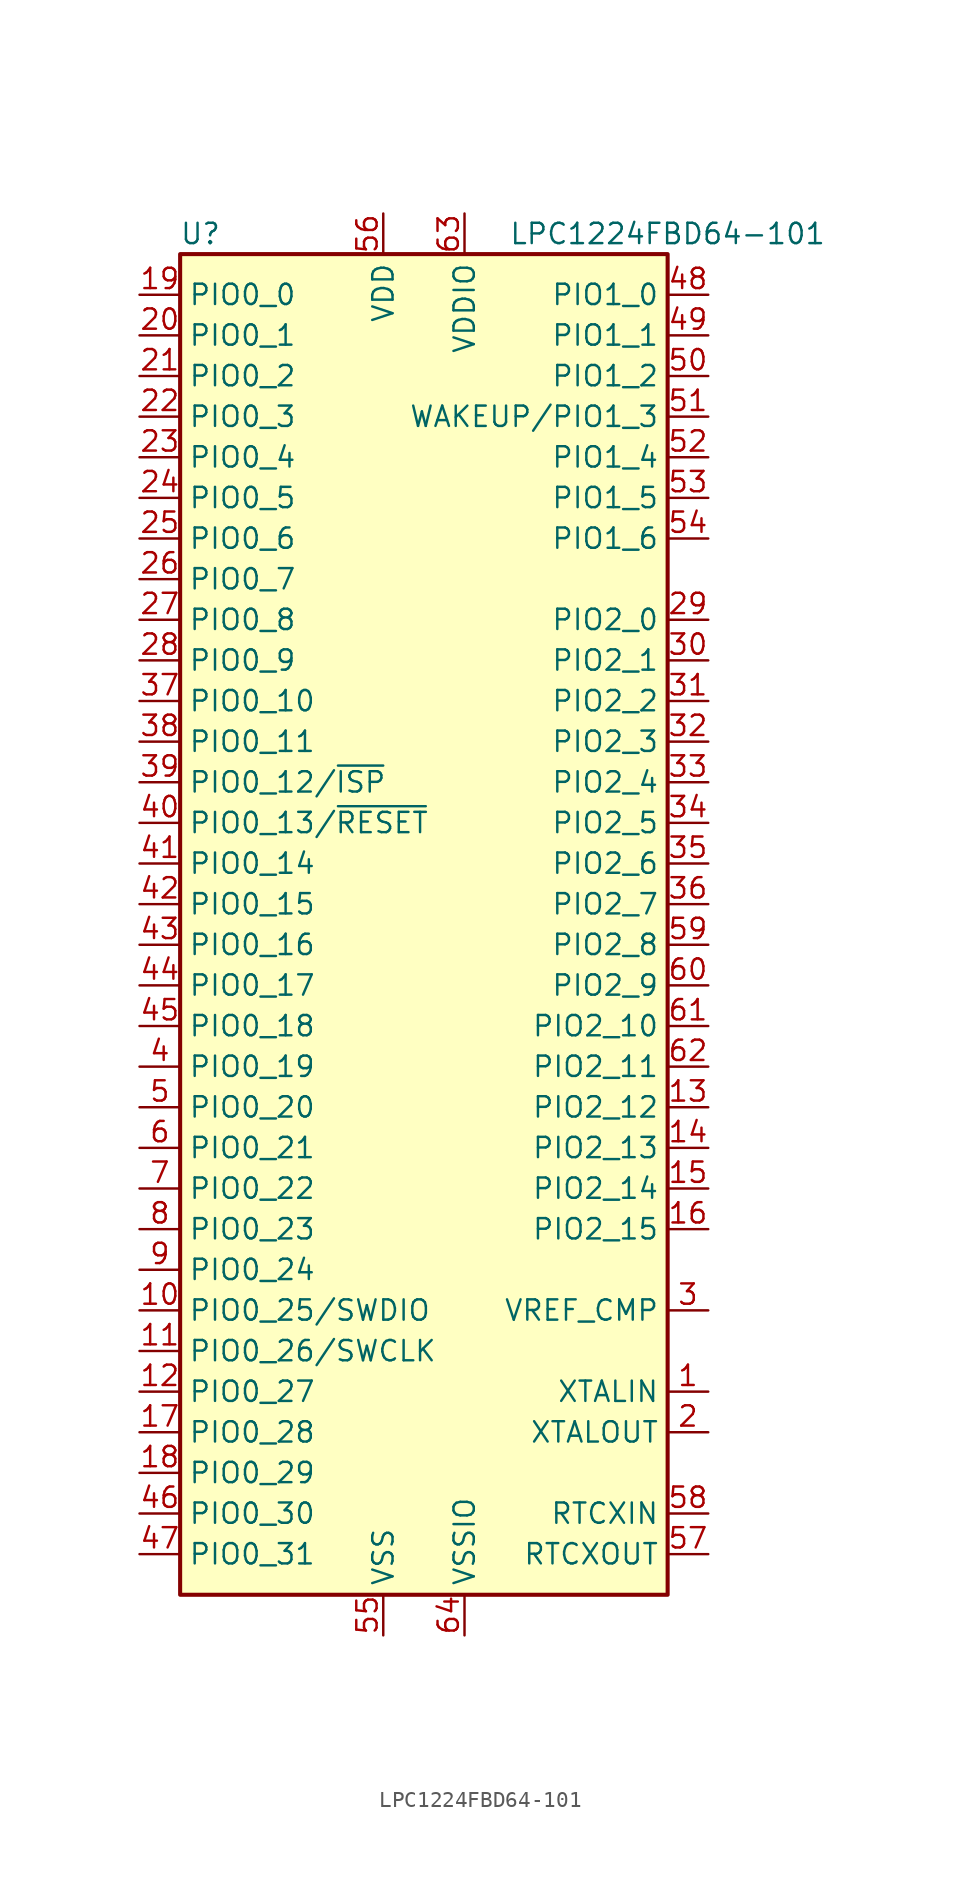
<source format=kicad_sym>
(kicad_symbol_lib
  (version 20211014)
  (generator kicad_symbol_editor)
  (symbol "LPC1224FBD64-101"
    (property "Reference" "U"
      (at -13.97 44.45 0)
      (effects (font (size 1.27 1.27))))
    (property "Value" "LPC1224FBD64-101"
      (at 15.24 44.45 0)
      (effects (font (size 1.27 1.27))))
    (symbol "LPC1224FBD64-101_0_1"
      (rectangle (start -15.24 43.18) (end 15.24 -40.64) (stroke (width 0.254) (type default) (color 0 0 0 0)) (fill (type background))))
    (symbol "LPC1224FBD64-101_1_1"
      (pin input line (at 17.78 -27.94 180) (length 2.54) (name "XTALIN" (effects (font (size 1.27 1.27)))) (number "1" (effects (font (size 1.27 1.27)))))
      (pin bidirectional line (at -17.78 -22.86 0) (length 2.54) (name "PIO0_25/SWDIO" (effects (font (size 1.27 1.27)))) (number "10" (effects (font (size 1.27 1.27)))))
      (pin bidirectional line (at -17.78 -25.4 0) (length 2.54) (name "PIO0_26/SWCLK" (effects (font (size 1.27 1.27)))) (number "11" (effects (font (size 1.27 1.27)))))
      (pin bidirectional line (at -17.78 -27.94 0) (length 2.54) (name "PIO0_27" (effects (font (size 1.27 1.27)))) (number "12" (effects (font (size 1.27 1.27)))))
      (pin bidirectional line (at 17.78 -10.16 180) (length 2.54) (name "PIO2_12" (effects (font (size 1.27 1.27)))) (number "13" (effects (font (size 1.27 1.27)))))
      (pin bidirectional line (at 17.78 -12.7 180) (length 2.54) (name "PIO2_13" (effects (font (size 1.27 1.27)))) (number "14" (effects (font (size 1.27 1.27)))))
      (pin bidirectional line (at 17.78 -15.24 180) (length 2.54) (name "PIO2_14" (effects (font (size 1.27 1.27)))) (number "15" (effects (font (size 1.27 1.27)))))
      (pin bidirectional line (at 17.78 -17.78 180) (length 2.54) (name "PIO2_15" (effects (font (size 1.27 1.27)))) (number "16" (effects (font (size 1.27 1.27)))))
      (pin bidirectional line (at -17.78 -30.48 0) (length 2.54) (name "PIO0_28" (effects (font (size 1.27 1.27)))) (number "17" (effects (font (size 1.27 1.27)))))
      (pin bidirectional line (at -17.78 -33.02 0) (length 2.54) (name "PIO0_29" (effects (font (size 1.27 1.27)))) (number "18" (effects (font (size 1.27 1.27)))))
      (pin bidirectional line (at -17.78 40.64 0) (length 2.54) (name "PIO0_0" (effects (font (size 1.27 1.27)))) (number "19" (effects (font (size 1.27 1.27)))))
      (pin output line (at 17.78 -30.48 180) (length 2.54) (name "XTALOUT" (effects (font (size 1.27 1.27)))) (number "2" (effects (font (size 1.27 1.27)))))
      (pin bidirectional line (at -17.78 38.1 0) (length 2.54) (name "PIO0_1" (effects (font (size 1.27 1.27)))) (number "20" (effects (font (size 1.27 1.27)))))
      (pin bidirectional line (at -17.78 35.56 0) (length 2.54) (name "PIO0_2" (effects (font (size 1.27 1.27)))) (number "21" (effects (font (size 1.27 1.27)))))
      (pin bidirectional line (at -17.78 33.02 0) (length 2.54) (name "PIO0_3" (effects (font (size 1.27 1.27)))) (number "22" (effects (font (size 1.27 1.27)))))
      (pin bidirectional line (at -17.78 30.48 0) (length 2.54) (name "PIO0_4" (effects (font (size 1.27 1.27)))) (number "23" (effects (font (size 1.27 1.27)))))
      (pin bidirectional line (at -17.78 27.94 0) (length 2.54) (name "PIO0_5" (effects (font (size 1.27 1.27)))) (number "24" (effects (font (size 1.27 1.27)))))
      (pin bidirectional line (at -17.78 25.4 0) (length 2.54) (name "PIO0_6" (effects (font (size 1.27 1.27)))) (number "25" (effects (font (size 1.27 1.27)))))
      (pin bidirectional line (at -17.78 22.86 0) (length 2.54) (name "PIO0_7" (effects (font (size 1.27 1.27)))) (number "26" (effects (font (size 1.27 1.27)))))
      (pin bidirectional line (at -17.78 20.32 0) (length 2.54) (name "PIO0_8" (effects (font (size 1.27 1.27)))) (number "27" (effects (font (size 1.27 1.27)))))
      (pin bidirectional line (at -17.78 17.78 0) (length 2.54) (name "PIO0_9" (effects (font (size 1.27 1.27)))) (number "28" (effects (font (size 1.27 1.27)))))
      (pin bidirectional line (at 17.78 20.32 180) (length 2.54) (name "PIO2_0" (effects (font (size 1.27 1.27)))) (number "29" (effects (font (size 1.27 1.27)))))
      (pin input line (at 17.78 -22.86 180) (length 2.54) (name "VREF_CMP" (effects (font (size 1.27 1.27)))) (number "3" (effects (font (size 1.27 1.27)))))
      (pin bidirectional line (at 17.78 17.78 180) (length 2.54) (name "PIO2_1" (effects (font (size 1.27 1.27)))) (number "30" (effects (font (size 1.27 1.27)))))
      (pin bidirectional line (at 17.78 15.24 180) (length 2.54) (name "PIO2_2" (effects (font (size 1.27 1.27)))) (number "31" (effects (font (size 1.27 1.27)))))
      (pin bidirectional line (at 17.78 12.7 180) (length 2.54) (name "PIO2_3" (effects (font (size 1.27 1.27)))) (number "32" (effects (font (size 1.27 1.27)))))
      (pin bidirectional line (at 17.78 10.16 180) (length 2.54) (name "PIO2_4" (effects (font (size 1.27 1.27)))) (number "33" (effects (font (size 1.27 1.27)))))
      (pin bidirectional line (at 17.78 7.62 180) (length 2.54) (name "PIO2_5" (effects (font (size 1.27 1.27)))) (number "34" (effects (font (size 1.27 1.27)))))
      (pin bidirectional line (at 17.78 5.08 180) (length 2.54) (name "PIO2_6" (effects (font (size 1.27 1.27)))) (number "35" (effects (font (size 1.27 1.27)))))
      (pin bidirectional line (at 17.78 2.54 180) (length 2.54) (name "PIO2_7" (effects (font (size 1.27 1.27)))) (number "36" (effects (font (size 1.27 1.27)))))
      (pin bidirectional line (at -17.78 15.24 0) (length 2.54) (name "PIO0_10" (effects (font (size 1.27 1.27)))) (number "37" (effects (font (size 1.27 1.27)))))
      (pin bidirectional line (at -17.78 12.7 0) (length 2.54) (name "PIO0_11" (effects (font (size 1.27 1.27)))) (number "38" (effects (font (size 1.27 1.27)))))
      (pin bidirectional line (at -17.78 10.16 0) (length 2.54) (name "PIO0_12/~{ISP}" (effects (font (size 1.27 1.27)))) (number "39" (effects (font (size 1.27 1.27)))))
      (pin bidirectional line (at -17.78 -7.62 0) (length 2.54) (name "PIO0_19" (effects (font (size 1.27 1.27)))) (number "4" (effects (font (size 1.27 1.27)))))
      (pin bidirectional line (at -17.78 7.62 0) (length 2.54) (name "PIO0_13/~{RESET}" (effects (font (size 1.27 1.27)))) (number "40" (effects (font (size 1.27 1.27)))))
      (pin bidirectional line (at -17.78 5.08 0) (length 2.54) (name "PIO0_14" (effects (font (size 1.27 1.27)))) (number "41" (effects (font (size 1.27 1.27)))))
      (pin bidirectional line (at -17.78 2.54 0) (length 2.54) (name "PIO0_15" (effects (font (size 1.27 1.27)))) (number "42" (effects (font (size 1.27 1.27)))))
      (pin bidirectional line (at -17.78 0 0) (length 2.54) (name "PIO0_16" (effects (font (size 1.27 1.27)))) (number "43" (effects (font (size 1.27 1.27)))))
      (pin bidirectional line (at -17.78 -2.54 0) (length 2.54) (name "PIO0_17" (effects (font (size 1.27 1.27)))) (number "44" (effects (font (size 1.27 1.27)))))
      (pin bidirectional line (at -17.78 -5.08 0) (length 2.54) (name "PIO0_18" (effects (font (size 1.27 1.27)))) (number "45" (effects (font (size 1.27 1.27)))))
      (pin bidirectional line (at -17.78 -35.56 0) (length 2.54) (name "PIO0_30" (effects (font (size 1.27 1.27)))) (number "46" (effects (font (size 1.27 1.27)))))
      (pin bidirectional line (at -17.78 -38.1 0) (length 2.54) (name "PIO0_31" (effects (font (size 1.27 1.27)))) (number "47" (effects (font (size 1.27 1.27)))))
      (pin bidirectional line (at 17.78 40.64 180) (length 2.54) (name "PIO1_0" (effects (font (size 1.27 1.27)))) (number "48" (effects (font (size 1.27 1.27)))))
      (pin bidirectional line (at 17.78 38.1 180) (length 2.54) (name "PIO1_1" (effects (font (size 1.27 1.27)))) (number "49" (effects (font (size 1.27 1.27)))))
      (pin bidirectional line (at -17.78 -10.16 0) (length 2.54) (name "PIO0_20" (effects (font (size 1.27 1.27)))) (number "5" (effects (font (size 1.27 1.27)))))
      (pin bidirectional line (at 17.78 35.56 180) (length 2.54) (name "PIO1_2" (effects (font (size 1.27 1.27)))) (number "50" (effects (font (size 1.27 1.27)))))
      (pin bidirectional line (at 17.78 33.02 180) (length 2.54) (name "WAKEUP/PIO1_3" (effects (font (size 1.27 1.27)))) (number "51" (effects (font (size 1.27 1.27)))))
      (pin bidirectional line (at 17.78 30.48 180) (length 2.54) (name "PIO1_4" (effects (font (size 1.27 1.27)))) (number "52" (effects (font (size 1.27 1.27)))))
      (pin bidirectional line (at 17.78 27.94 180) (length 2.54) (name "PIO1_5" (effects (font (size 1.27 1.27)))) (number "53" (effects (font (size 1.27 1.27)))))
      (pin bidirectional line (at 17.78 25.4 180) (length 2.54) (name "PIO1_6" (effects (font (size 1.27 1.27)))) (number "54" (effects (font (size 1.27 1.27)))))
      (pin power_in line (at -2.54 -43.18 90) (length 2.54) (name "VSS" (effects (font (size 1.27 1.27)))) (number "55" (effects (font (size 1.27 1.27)))))
      (pin power_in line (at -2.54 45.72 270) (length 2.54) (name "VDD" (effects (font (size 1.27 1.27)))) (number "56" (effects (font (size 1.27 1.27)))))
      (pin output line (at 17.78 -38.1 180) (length 2.54) (name "RTCXOUT" (effects (font (size 1.27 1.27)))) (number "57" (effects (font (size 1.27 1.27)))))
      (pin input line (at 17.78 -35.56 180) (length 2.54) (name "RTCXIN" (effects (font (size 1.27 1.27)))) (number "58" (effects (font (size 1.27 1.27)))))
      (pin bidirectional line (at 17.78 0 180) (length 2.54) (name "PIO2_8" (effects (font (size 1.27 1.27)))) (number "59" (effects (font (size 1.27 1.27)))))
      (pin bidirectional line (at -17.78 -12.7 0) (length 2.54) (name "PIO0_21" (effects (font (size 1.27 1.27)))) (number "6" (effects (font (size 1.27 1.27)))))
      (pin bidirectional line (at 17.78 -2.54 180) (length 2.54) (name "PIO2_9" (effects (font (size 1.27 1.27)))) (number "60" (effects (font (size 1.27 1.27)))))
      (pin bidirectional line (at 17.78 -5.08 180) (length 2.54) (name "PIO2_10" (effects (font (size 1.27 1.27)))) (number "61" (effects (font (size 1.27 1.27)))))
      (pin bidirectional line (at 17.78 -7.62 180) (length 2.54) (name "PIO2_11" (effects (font (size 1.27 1.27)))) (number "62" (effects (font (size 1.27 1.27)))))
      (pin power_in line (at 2.54 45.72 270) (length 2.54) (name "VDDIO" (effects (font (size 1.27 1.27)))) (number "63" (effects (font (size 1.27 1.27)))))
      (pin power_in line (at 2.54 -43.18 90) (length 2.54) (name "VSSIO" (effects (font (size 1.27 1.27)))) (number "64" (effects (font (size 1.27 1.27)))))
      (pin bidirectional line (at -17.78 -15.24 0) (length 2.54) (name "PIO0_22" (effects (font (size 1.27 1.27)))) (number "7" (effects (font (size 1.27 1.27)))))
      (pin bidirectional line (at -17.78 -17.78 0) (length 2.54) (name "PIO0_23" (effects (font (size 1.27 1.27)))) (number "8" (effects (font (size 1.27 1.27)))))
      (pin bidirectional line (at -17.78 -20.32 0) (length 2.54) (name "PIO0_24" (effects (font (size 1.27 1.27)))) (number "9" (effects (font (size 1.27 1.27))))))))
</source>
